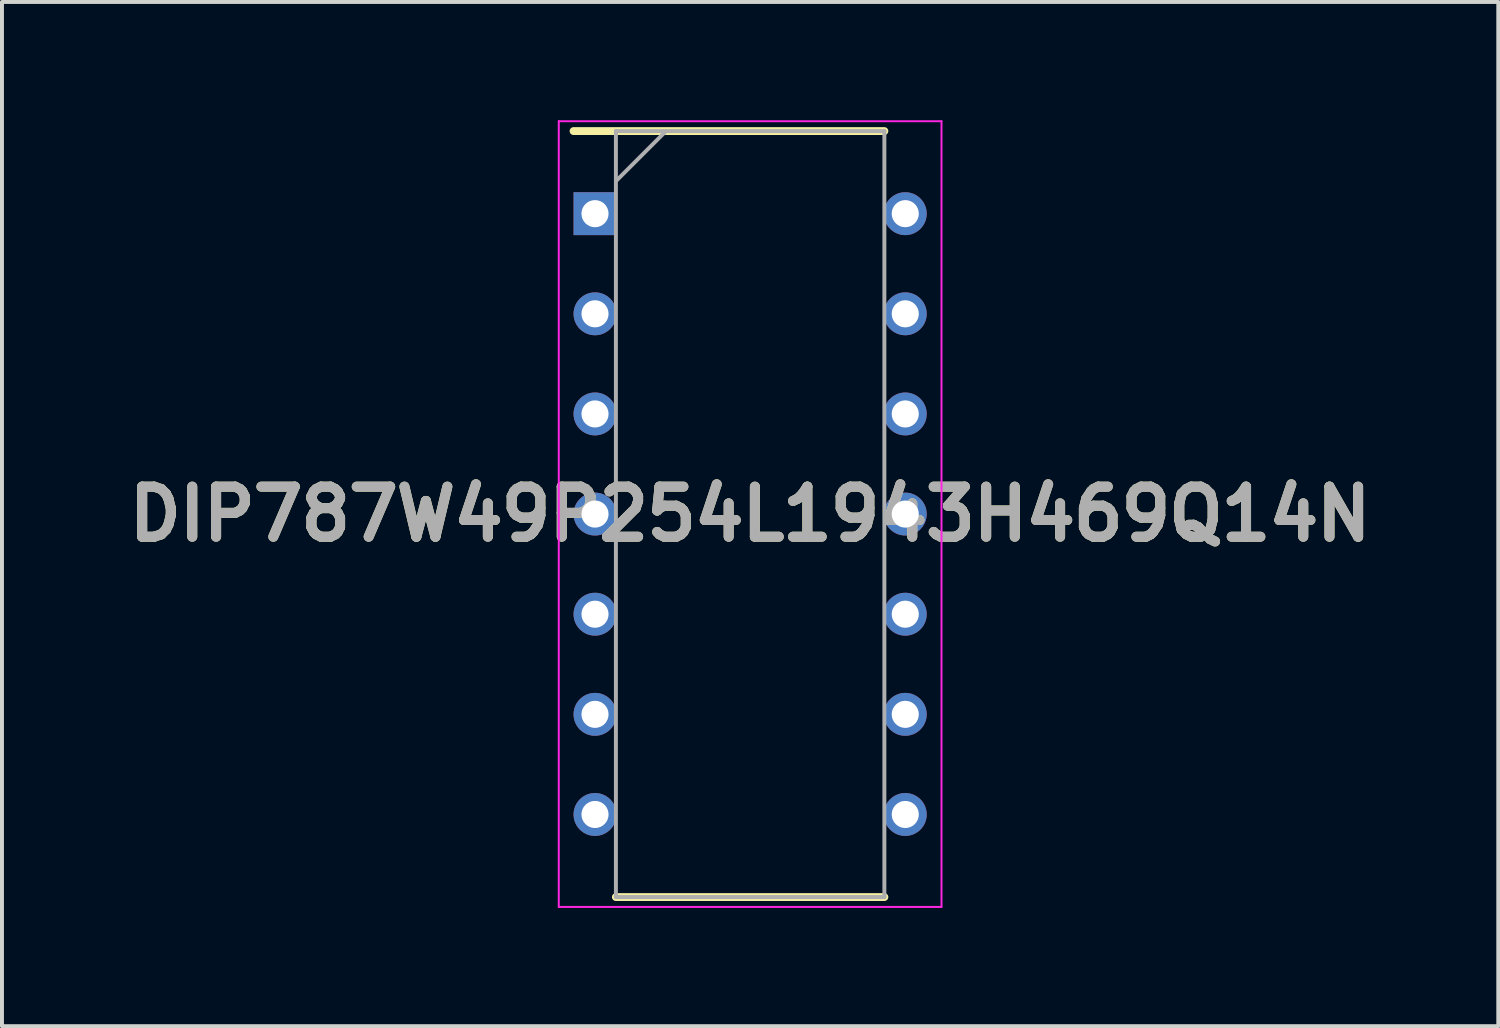
<source format=kicad_pcb>
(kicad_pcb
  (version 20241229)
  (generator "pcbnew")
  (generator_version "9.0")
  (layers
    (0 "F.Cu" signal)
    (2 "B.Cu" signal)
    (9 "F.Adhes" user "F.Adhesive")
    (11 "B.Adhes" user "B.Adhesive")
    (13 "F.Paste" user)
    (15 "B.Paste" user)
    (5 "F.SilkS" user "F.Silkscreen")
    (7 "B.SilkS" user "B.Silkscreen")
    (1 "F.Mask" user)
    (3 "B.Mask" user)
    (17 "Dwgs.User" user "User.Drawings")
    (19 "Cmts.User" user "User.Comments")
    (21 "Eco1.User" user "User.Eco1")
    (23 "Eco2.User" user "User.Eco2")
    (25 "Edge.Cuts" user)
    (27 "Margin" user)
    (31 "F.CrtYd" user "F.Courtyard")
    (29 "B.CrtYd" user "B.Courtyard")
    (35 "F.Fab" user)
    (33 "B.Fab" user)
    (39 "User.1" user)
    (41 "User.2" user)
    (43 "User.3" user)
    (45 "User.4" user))
  (footprint "DIP787W49P254L1943H469Q14N"
    (layer "F.Cu")
    (at 15.978 9.99)
    (property "Reference" "DIP787W49P254L1943H469Q14N" (at 0 0 0) (layer "F.SilkS") (effects (font (size 1.27 1.27) (thickness 0.254))))
    (attr through_hole)
    (fp_line (start -4.479 -9.715) (end 3.405 -9.715) (stroke (width 0.2) (type solid)) (layer "F.SilkS"))
    (fp_line (start -3.405 9.715) (end 3.405 9.715) (stroke (width 0.2) (type solid)) (layer "F.SilkS"))
    (fp_line (start -4.854 -9.965) (end 4.854 -9.965) (stroke (width 0.05) (type solid)) (layer "F.CrtYd"))
    (fp_line (start -4.854 9.965) (end -4.854 -9.965) (stroke (width 0.05) (type solid)) (layer "F.CrtYd"))
    (fp_line (start 4.854 -9.965) (end 4.854 9.965) (stroke (width 0.05) (type solid)) (layer "F.CrtYd"))
    (fp_line (start 4.854 9.965) (end -4.854 9.965) (stroke (width 0.05) (type solid)) (layer "F.CrtYd"))
    (fp_line (start -3.405 -9.715) (end 3.405 -9.715) (stroke (width 0.1) (type solid)) (layer "F.Fab"))
    (fp_line (start -3.405 -8.445) (end -2.135 -9.715) (stroke (width 0.1) (type solid)) (layer "F.Fab"))
    (fp_line (start -3.405 9.715) (end -3.405 -9.715) (stroke (width 0.1) (type solid)) (layer "F.Fab"))
    (fp_line (start 3.405 -9.715) (end 3.405 9.715) (stroke (width 0.1) (type solid)) (layer "F.Fab"))
    (fp_line (start 3.405 9.715) (end -3.405 9.715) (stroke (width 0.1) (type solid)) (layer "F.Fab"))
    (fp_text user "${REFERENCE}" (at 0 0 0) (layer "F.Fab") (effects (font (size 1.27 1.27) (thickness 0.254))))
    (pad "1" thru_hole rect (at -3.935 -7.62) (size 1.088 1.088) (drill 0.688) (layers "*.Cu" "*.Mask"))
    (pad "2" thru_hole circle (at -3.935 -5.08) (size 1.088 1.088) (drill 0.688) (layers "*.Cu" "*.Mask"))
    (pad "3" thru_hole circle (at -3.935 -2.54) (size 1.088 1.088) (drill 0.688) (layers "*.Cu" "*.Mask"))
    (pad "4" thru_hole circle (at -3.935 0) (size 1.088 1.088) (drill 0.688) (layers "*.Cu" "*.Mask"))
    (pad "5" thru_hole circle (at -3.935 2.54) (size 1.088 1.088) (drill 0.688) (layers "*.Cu" "*.Mask"))
    (pad "6" thru_hole circle (at -3.935 5.08) (size 1.088 1.088) (drill 0.688) (layers "*.Cu" "*.Mask"))
    (pad "7" thru_hole circle (at -3.935 7.62) (size 1.088 1.088) (drill 0.688) (layers "*.Cu" "*.Mask"))
    (pad "8" thru_hole circle (at 3.935 7.62) (size 1.088 1.088) (drill 0.688) (layers "*.Cu" "*.Mask"))
    (pad "9" thru_hole circle (at 3.935 5.08) (size 1.088 1.088) (drill 0.688) (layers "*.Cu" "*.Mask"))
    (pad "10" thru_hole circle (at 3.935 2.54) (size 1.088 1.088) (drill 0.688) (layers "*.Cu" "*.Mask"))
    (pad "11" thru_hole circle (at 3.935 0) (size 1.088 1.088) (drill 0.688) (layers "*.Cu" "*.Mask"))
    (pad "12" thru_hole circle (at 3.935 -2.54) (size 1.088 1.088) (drill 0.688) (layers "*.Cu" "*.Mask"))
    (pad "13" thru_hole circle (at 3.935 -5.08) (size 1.088 1.088) (drill 0.688) (layers "*.Cu" "*.Mask"))
    (pad "14" thru_hole circle (at 3.935 -7.62) (size 1.088 1.088) (drill 0.688) (layers "*.Cu" "*.Mask")))
  (gr_rect
    (start -3 -3)
    (end 34.956 22.98)
    (stroke (width 0.1) (type default))
    (fill no)
    (layer "Edge.Cuts")))
</source>
